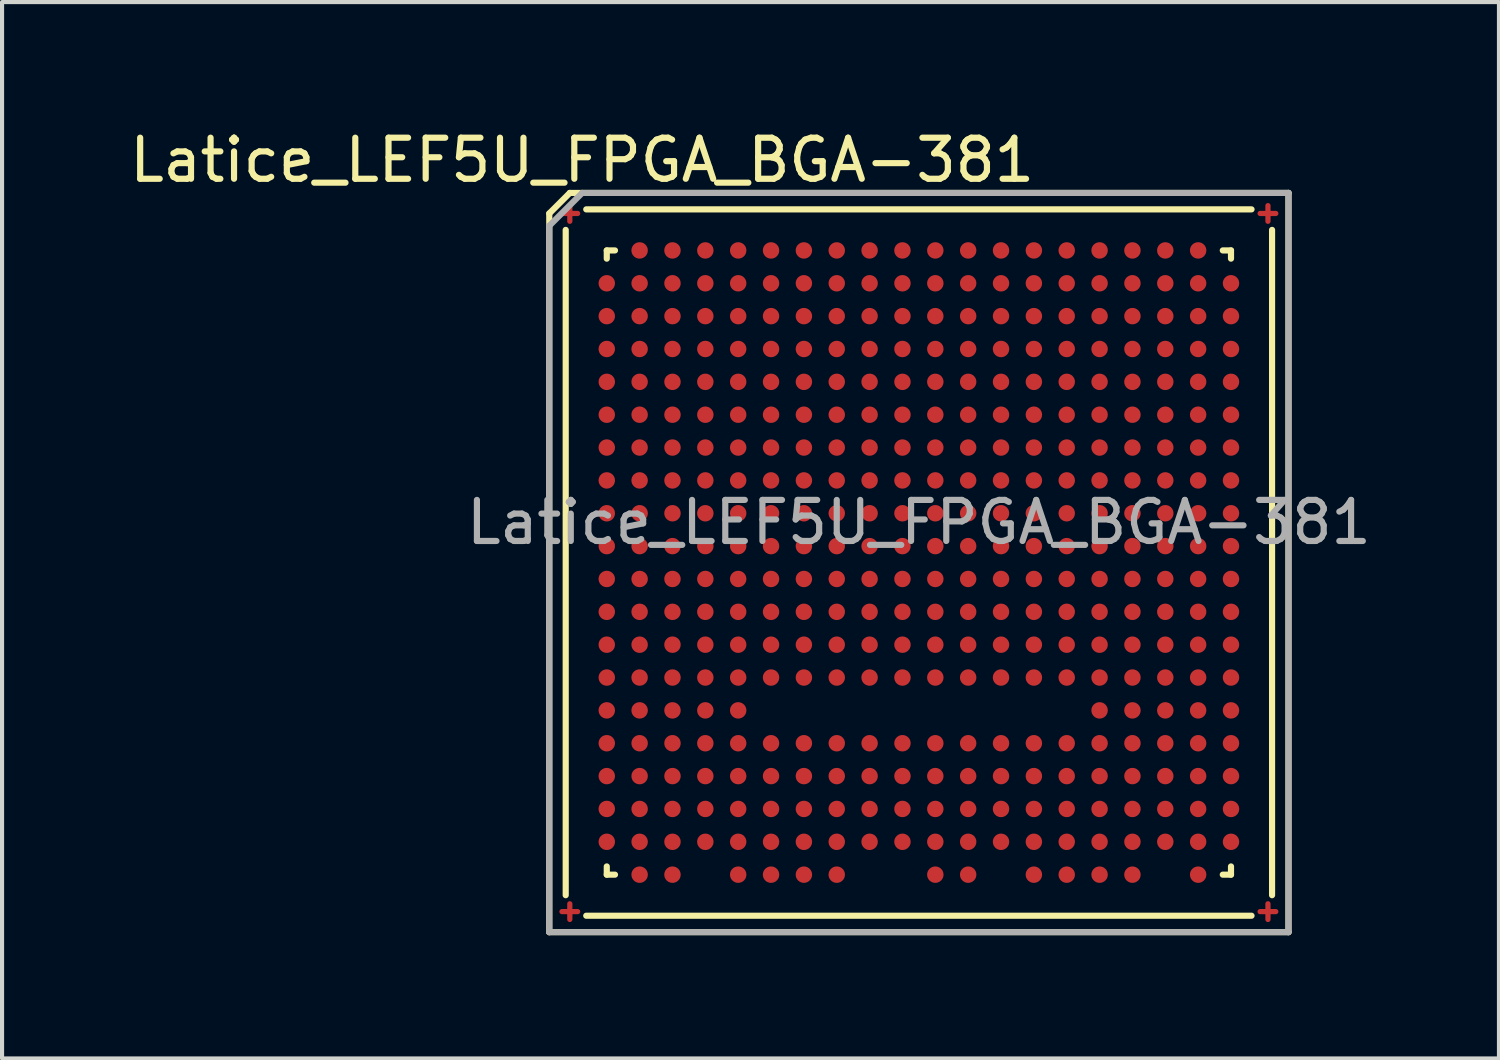
<source format=kicad_pcb>
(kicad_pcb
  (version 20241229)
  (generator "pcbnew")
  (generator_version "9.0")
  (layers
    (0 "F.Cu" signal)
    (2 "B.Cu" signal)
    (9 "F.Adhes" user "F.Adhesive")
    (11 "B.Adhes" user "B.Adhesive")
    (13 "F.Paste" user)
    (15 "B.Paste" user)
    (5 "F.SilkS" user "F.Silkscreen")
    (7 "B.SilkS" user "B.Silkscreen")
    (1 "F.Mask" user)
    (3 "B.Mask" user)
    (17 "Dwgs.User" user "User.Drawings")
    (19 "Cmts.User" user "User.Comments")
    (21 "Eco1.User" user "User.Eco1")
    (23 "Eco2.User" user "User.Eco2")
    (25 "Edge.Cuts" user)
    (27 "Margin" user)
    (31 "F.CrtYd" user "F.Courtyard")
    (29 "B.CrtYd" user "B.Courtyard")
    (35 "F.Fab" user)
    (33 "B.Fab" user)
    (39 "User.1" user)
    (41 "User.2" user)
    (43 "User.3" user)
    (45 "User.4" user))
  (footprint "Latice_LEF5U_FPGA_BGA-381"
    (layer "F.Cu")
    (at 19.325 10.648)
    (property "Reference" "Latice_LEF5U_FPGA_BGA-381" (at -8.2 -9.8 0) (layer "F.SilkS") (effects (font (size 1 1) (thickness 0.15))))
    (attr smd)
    (fp_line (start -0.2 0) (end 0.2 0) (stroke (width 0.12) (type solid)) (layer "F.Mask"))
    (fp_line (start 0 -0.2) (end 0 0.2) (stroke (width 0.12) (type solid)) (layer "F.Mask"))
    (fp_line (start -9 9) (end -9 -8.5) (stroke (width 0.15) (type solid)) (layer "F.SilkS"))
    (fp_line (start -8.6 8.1) (end -8.6 -8.1) (stroke (width 0.15) (type solid)) (layer "F.SilkS"))
    (fp_line (start -8.5 -9) (end -9 -8.5) (stroke (width 0.15) (type solid)) (layer "F.SilkS"))
    (fp_line (start -8.5 -9) (end 9 -9) (stroke (width 0.15) (type solid)) (layer "F.SilkS"))
    (fp_line (start -8.1 -8.6) (end 8.1 -8.6) (stroke (width 0.15) (type solid)) (layer "F.SilkS"))
    (fp_line (start -7.6 -7.6) (end -7.4 -7.6) (stroke (width 0.15) (type solid)) (layer "F.SilkS"))
    (fp_line (start -7.6 -7.4) (end -7.6 -7.6) (stroke (width 0.15) (type solid)) (layer "F.SilkS"))
    (fp_line (start -7.6 7.4) (end -7.6 7.6) (stroke (width 0.15) (type solid)) (layer "F.SilkS"))
    (fp_line (start -7.6 7.6) (end -7.4 7.6) (stroke (width 0.15) (type solid)) (layer "F.SilkS"))
    (fp_line (start 7.4 -7.6) (end 7.6 -7.6) (stroke (width 0.15) (type solid)) (layer "F.SilkS"))
    (fp_line (start 7.4 7.6) (end 7.6 7.6) (stroke (width 0.15) (type solid)) (layer "F.SilkS"))
    (fp_line (start 7.6 -7.6) (end 7.6 -7.4) (stroke (width 0.15) (type solid)) (layer "F.SilkS"))
    (fp_line (start 7.6 7.6) (end 7.6 7.4) (stroke (width 0.15) (type solid)) (layer "F.SilkS"))
    (fp_line (start 8.1 8.6) (end -8.1 8.6) (stroke (width 0.15) (type solid)) (layer "F.SilkS"))
    (fp_line (start 8.6 -8.1) (end 8.6 8.1) (stroke (width 0.15) (type solid)) (layer "F.SilkS"))
    (fp_line (start 9 -9) (end 9 9) (stroke (width 0.15) (type solid)) (layer "F.SilkS"))
    (fp_line (start 9 9) (end -9 9) (stroke (width 0.15) (type solid)) (layer "F.SilkS"))
    (fp_line (start -9 -8.2) (end -8.2 -9) (stroke (width 0.15) (type solid)) (layer "F.Fab"))
    (fp_line (start -9 9) (end -9 -8.2) (stroke (width 0.15) (type solid)) (layer "F.Fab"))
    (fp_line (start -8.2 -9) (end 9 -9) (stroke (width 0.15) (type solid)) (layer "F.Fab"))
    (fp_line (start 9 -9) (end 9 9) (stroke (width 0.15) (type solid)) (layer "F.Fab"))
    (fp_line (start 9 9) (end -9 9) (stroke (width 0.15) (type solid)) (layer "F.Fab"))
    (fp_text user "${REFERENCE}" (at 0 -0.98 0) (layer "F.Fab") (effects (font (size 1 1) (thickness 0.15))))
    (pad "A2" smd circle (at -6.8 -7.6) (size 0.4 0.4) (layers "F.Cu" "F.Mask" "F.Paste"))
    (pad "A3" smd circle (at -6 -7.6) (size 0.4 0.4) (layers "F.Cu" "F.Mask" "F.Paste"))
    (pad "A4" smd circle (at -5.2 -7.6) (size 0.4 0.4) (layers "F.Cu" "F.Mask" "F.Paste"))
    (pad "A5" smd circle (at -4.4 -7.6) (size 0.4 0.4) (layers "F.Cu" "F.Mask" "F.Paste"))
    (pad "A6" smd circle (at -3.6 -7.6) (size 0.4 0.4) (layers "F.Cu" "F.Mask" "F.Paste"))
    (pad "A7" smd circle (at -2.8 -7.6) (size 0.4 0.4) (layers "F.Cu" "F.Mask" "F.Paste"))
    (pad "A8" smd circle (at -2 -7.6) (size 0.4 0.4) (layers "F.Cu" "F.Mask" "F.Paste"))
    (pad "A9" smd circle (at -1.2 -7.6) (size 0.4 0.4) (layers "F.Cu" "F.Mask" "F.Paste"))
    (pad "A10" smd circle (at -0.4 -7.6) (size 0.4 0.4) (layers "F.Cu" "F.Mask" "F.Paste"))
    (pad "A11" smd circle (at 0.4 -7.6) (size 0.4 0.4) (layers "F.Cu" "F.Mask" "F.Paste"))
    (pad "A12" smd circle (at 1.2 -7.6) (size 0.4 0.4) (layers "F.Cu" "F.Mask" "F.Paste"))
    (pad "A13" smd circle (at 2 -7.6) (size 0.4 0.4) (layers "F.Cu" "F.Mask" "F.Paste"))
    (pad "A14" smd circle (at 2.8 -7.6) (size 0.4 0.4) (layers "F.Cu" "F.Mask" "F.Paste"))
    (pad "A15" smd circle (at 3.6 -7.6) (size 0.4 0.4) (layers "F.Cu" "F.Mask" "F.Paste"))
    (pad "A16" smd circle (at 4.4 -7.6) (size 0.4 0.4) (layers "F.Cu" "F.Mask" "F.Paste"))
    (pad "A17" smd circle (at 5.2 -7.6) (size 0.4 0.4) (layers "F.Cu" "F.Mask" "F.Paste"))
    (pad "A18" smd circle (at 6 -7.6) (size 0.4 0.4) (layers "F.Cu" "F.Mask" "F.Paste"))
    (pad "A19" smd circle (at 6.8 -7.6) (size 0.4 0.4) (layers "F.Cu" "F.Mask" "F.Paste"))
    (pad "B1" smd circle (at -7.6 -6.8) (size 0.4 0.4) (layers "F.Cu" "F.Mask" "F.Paste"))
    (pad "B2" smd circle (at -6.8 -6.8) (size 0.4 0.4) (layers "F.Cu" "F.Mask" "F.Paste"))
    (pad "B3" smd circle (at -6 -6.8) (size 0.4 0.4) (layers "F.Cu" "F.Mask" "F.Paste"))
    (pad "B4" smd circle (at -5.2 -6.8) (size 0.4 0.4) (layers "F.Cu" "F.Mask" "F.Paste"))
    (pad "B5" smd circle (at -4.4 -6.8) (size 0.4 0.4) (layers "F.Cu" "F.Mask" "F.Paste"))
    (pad "B6" smd circle (at -3.6 -6.8) (size 0.4 0.4) (layers "F.Cu" "F.Mask" "F.Paste"))
    (pad "B7" smd circle (at -2.8 -6.8) (size 0.4 0.4) (layers "F.Cu" "F.Mask" "F.Paste"))
    (pad "B8" smd circle (at -2 -6.8) (size 0.4 0.4) (layers "F.Cu" "F.Mask" "F.Paste"))
    (pad "B9" smd circle (at -1.2 -6.8) (size 0.4 0.4) (layers "F.Cu" "F.Mask" "F.Paste"))
    (pad "B10" smd circle (at -0.4 -6.8) (size 0.4 0.4) (layers "F.Cu" "F.Mask" "F.Paste"))
    (pad "B11" smd circle (at 0.4 -6.8) (size 0.4 0.4) (layers "F.Cu" "F.Mask" "F.Paste"))
    (pad "B12" smd circle (at 1.2 -6.8) (size 0.4 0.4) (layers "F.Cu" "F.Mask" "F.Paste"))
    (pad "B13" smd circle (at 2 -6.8) (size 0.4 0.4) (layers "F.Cu" "F.Mask" "F.Paste"))
    (pad "B14" smd circle (at 2.8 -6.8) (size 0.4 0.4) (layers "F.Cu" "F.Mask" "F.Paste"))
    (pad "B15" smd circle (at 3.6 -6.8) (size 0.4 0.4) (layers "F.Cu" "F.Mask" "F.Paste"))
    (pad "B16" smd circle (at 4.4 -6.8) (size 0.4 0.4) (layers "F.Cu" "F.Mask" "F.Paste"))
    (pad "B17" smd circle (at 5.2 -6.8) (size 0.4 0.4) (layers "F.Cu" "F.Mask" "F.Paste"))
    (pad "B18" smd circle (at 6 -6.8) (size 0.4 0.4) (layers "F.Cu" "F.Mask" "F.Paste"))
    (pad "B19" smd circle (at 6.8 -6.8) (size 0.4 0.4) (layers "F.Cu" "F.Mask" "F.Paste"))
    (pad "B20" smd circle (at 7.6 -6.8) (size 0.4 0.4) (layers "F.Cu" "F.Mask" "F.Paste"))
    (pad "C1" smd circle (at -7.6 -6) (size 0.4 0.4) (layers "F.Cu" "F.Mask" "F.Paste"))
    (pad "C2" smd circle (at -6.8 -6) (size 0.4 0.4) (layers "F.Cu" "F.Mask" "F.Paste"))
    (pad "C3" smd circle (at -6 -6) (size 0.4 0.4) (layers "F.Cu" "F.Mask" "F.Paste"))
    (pad "C4" smd circle (at -5.2 -6) (size 0.4 0.4) (layers "F.Cu" "F.Mask" "F.Paste"))
    (pad "C5" smd circle (at -4.4 -6) (size 0.4 0.4) (layers "F.Cu" "F.Mask" "F.Paste"))
    (pad "C6" smd circle (at -3.6 -6) (size 0.4 0.4) (layers "F.Cu" "F.Mask" "F.Paste"))
    (pad "C7" smd circle (at -2.8 -6) (size 0.4 0.4) (layers "F.Cu" "F.Mask" "F.Paste"))
    (pad "C8" smd circle (at -2 -6) (size 0.4 0.4) (layers "F.Cu" "F.Mask" "F.Paste"))
    (pad "C9" smd circle (at -1.2 -6) (size 0.4 0.4) (layers "F.Cu" "F.Mask" "F.Paste"))
    (pad "C10" smd circle (at -0.4 -6) (size 0.4 0.4) (layers "F.Cu" "F.Mask" "F.Paste"))
    (pad "C11" smd circle (at 0.4 -6) (size 0.4 0.4) (layers "F.Cu" "F.Mask" "F.Paste"))
    (pad "C12" smd circle (at 1.2 -6) (size 0.4 0.4) (layers "F.Cu" "F.Mask" "F.Paste"))
    (pad "C13" smd circle (at 2 -6) (size 0.4 0.4) (layers "F.Cu" "F.Mask" "F.Paste"))
    (pad "C14" smd circle (at 2.8 -6) (size 0.4 0.4) (layers "F.Cu" "F.Mask" "F.Paste"))
    (pad "C15" smd circle (at 3.6 -6) (size 0.4 0.4) (layers "F.Cu" "F.Mask" "F.Paste"))
    (pad "C16" smd circle (at 4.4 -6) (size 0.4 0.4) (layers "F.Cu" "F.Mask" "F.Paste"))
    (pad "C17" smd circle (at 5.2 -6) (size 0.4 0.4) (layers "F.Cu" "F.Mask" "F.Paste"))
    (pad "C18" smd circle (at 6 -6) (size 0.4 0.4) (layers "F.Cu" "F.Mask" "F.Paste"))
    (pad "C19" smd circle (at 6.8 -6) (size 0.4 0.4) (layers "F.Cu" "F.Mask" "F.Paste"))
    (pad "C20" smd circle (at 7.6 -6) (size 0.4 0.4) (layers "F.Cu" "F.Mask" "F.Paste"))
    (pad "D1" smd circle (at -7.6 -5.2) (size 0.4 0.4) (layers "F.Cu" "F.Mask" "F.Paste"))
    (pad "D2" smd circle (at -6.8 -5.2) (size 0.4 0.4) (layers "F.Cu" "F.Mask" "F.Paste"))
    (pad "D3" smd circle (at -6 -5.2) (size 0.4 0.4) (layers "F.Cu" "F.Mask" "F.Paste"))
    (pad "D4" smd circle (at -5.2 -5.2) (size 0.4 0.4) (layers "F.Cu" "F.Mask" "F.Paste"))
    (pad "D5" smd circle (at -4.4 -5.2) (size 0.4 0.4) (layers "F.Cu" "F.Mask" "F.Paste"))
    (pad "D6" smd circle (at -3.6 -5.2) (size 0.4 0.4) (layers "F.Cu" "F.Mask" "F.Paste"))
    (pad "D7" smd circle (at -2.8 -5.2) (size 0.4 0.4) (layers "F.Cu" "F.Mask" "F.Paste"))
    (pad "D8" smd circle (at -2 -5.2) (size 0.4 0.4) (layers "F.Cu" "F.Mask" "F.Paste"))
    (pad "D9" smd circle (at -1.2 -5.2) (size 0.4 0.4) (layers "F.Cu" "F.Mask" "F.Paste"))
    (pad "D10" smd circle (at -0.4 -5.2) (size 0.4 0.4) (layers "F.Cu" "F.Mask" "F.Paste"))
    (pad "D11" smd circle (at 0.4 -5.2) (size 0.4 0.4) (layers "F.Cu" "F.Mask" "F.Paste"))
    (pad "D12" smd circle (at 1.2 -5.2) (size 0.4 0.4) (layers "F.Cu" "F.Mask" "F.Paste"))
    (pad "D13" smd circle (at 2 -5.2) (size 0.4 0.4) (layers "F.Cu" "F.Mask" "F.Paste"))
    (pad "D14" smd circle (at 2.8 -5.2) (size 0.4 0.4) (layers "F.Cu" "F.Mask" "F.Paste"))
    (pad "D15" smd circle (at 3.6 -5.2) (size 0.4 0.4) (layers "F.Cu" "F.Mask" "F.Paste"))
    (pad "D16" smd circle (at 4.4 -5.2) (size 0.4 0.4) (layers "F.Cu" "F.Mask" "F.Paste"))
    (pad "D17" smd circle (at 5.2 -5.2) (size 0.4 0.4) (layers "F.Cu" "F.Mask" "F.Paste"))
    (pad "D18" smd circle (at 6 -5.2) (size 0.4 0.4) (layers "F.Cu" "F.Mask" "F.Paste"))
    (pad "D19" smd circle (at 6.8 -5.2) (size 0.4 0.4) (layers "F.Cu" "F.Mask" "F.Paste"))
    (pad "D20" smd circle (at 7.6 -5.2) (size 0.4 0.4) (layers "F.Cu" "F.Mask" "F.Paste"))
    (pad "E1" smd circle (at -7.6 -4.4) (size 0.4 0.4) (layers "F.Cu" "F.Mask" "F.Paste"))
    (pad "E2" smd circle (at -6.8 -4.4) (size 0.4 0.4) (layers "F.Cu" "F.Mask" "F.Paste"))
    (pad "E3" smd circle (at -6 -4.4) (size 0.4 0.4) (layers "F.Cu" "F.Mask" "F.Paste"))
    (pad "E4" smd circle (at -5.2 -4.4) (size 0.4 0.4) (layers "F.Cu" "F.Mask" "F.Paste"))
    (pad "E5" smd circle (at -4.4 -4.4) (size 0.4 0.4) (layers "F.Cu" "F.Mask" "F.Paste"))
    (pad "E6" smd circle (at -3.6 -4.4) (size 0.4 0.4) (layers "F.Cu" "F.Mask" "F.Paste"))
    (pad "E7" smd circle (at -2.8 -4.4) (size 0.4 0.4) (layers "F.Cu" "F.Mask" "F.Paste"))
    (pad "E8" smd circle (at -2 -4.4) (size 0.4 0.4) (layers "F.Cu" "F.Mask" "F.Paste"))
    (pad "E9" smd circle (at -1.2 -4.4) (size 0.4 0.4) (layers "F.Cu" "F.Mask" "F.Paste"))
    (pad "E10" smd circle (at -0.4 -4.4) (size 0.4 0.4) (layers "F.Cu" "F.Mask" "F.Paste"))
    (pad "E11" smd circle (at 0.4 -4.4) (size 0.4 0.4) (layers "F.Cu" "F.Mask" "F.Paste"))
    (pad "E12" smd circle (at 1.2 -4.4) (size 0.4 0.4) (layers "F.Cu" "F.Mask" "F.Paste"))
    (pad "E13" smd circle (at 2 -4.4) (size 0.4 0.4) (layers "F.Cu" "F.Mask" "F.Paste"))
    (pad "E14" smd circle (at 2.8 -4.4) (size 0.4 0.4) (layers "F.Cu" "F.Mask" "F.Paste"))
    (pad "E15" smd circle (at 3.6 -4.4) (size 0.4 0.4) (layers "F.Cu" "F.Mask" "F.Paste"))
    (pad "E16" smd circle (at 4.4 -4.4) (size 0.4 0.4) (layers "F.Cu" "F.Mask" "F.Paste"))
    (pad "E17" smd circle (at 5.2 -4.4) (size 0.4 0.4) (layers "F.Cu" "F.Mask" "F.Paste"))
    (pad "E18" smd circle (at 6 -4.4) (size 0.4 0.4) (layers "F.Cu" "F.Mask" "F.Paste"))
    (pad "E19" smd circle (at 6.8 -4.4) (size 0.4 0.4) (layers "F.Cu" "F.Mask" "F.Paste"))
    (pad "E20" smd circle (at 7.6 -4.4) (size 0.4 0.4) (layers "F.Cu" "F.Mask" "F.Paste"))
    (pad "F1" smd circle (at -7.6 -3.6) (size 0.4 0.4) (layers "F.Cu" "F.Mask" "F.Paste"))
    (pad "F2" smd circle (at -6.8 -3.6) (size 0.4 0.4) (layers "F.Cu" "F.Mask" "F.Paste"))
    (pad "F3" smd circle (at -6 -3.6) (size 0.4 0.4) (layers "F.Cu" "F.Mask" "F.Paste"))
    (pad "F4" smd circle (at -5.2 -3.6) (size 0.4 0.4) (layers "F.Cu" "F.Mask" "F.Paste"))
    (pad "F5" smd circle (at -4.4 -3.6) (size 0.4 0.4) (layers "F.Cu" "F.Mask" "F.Paste"))
    (pad "F6" smd circle (at -3.6 -3.6) (size 0.4 0.4) (layers "F.Cu" "F.Mask" "F.Paste"))
    (pad "F7" smd circle (at -2.8 -3.6) (size 0.4 0.4) (layers "F.Cu" "F.Mask" "F.Paste"))
    (pad "F8" smd circle (at -2 -3.6) (size 0.4 0.4) (layers "F.Cu" "F.Mask" "F.Paste"))
    (pad "F9" smd circle (at -1.2 -3.6) (size 0.4 0.4) (layers "F.Cu" "F.Mask" "F.Paste"))
    (pad "F10" smd circle (at -0.4 -3.6) (size 0.4 0.4) (layers "F.Cu" "F.Mask" "F.Paste"))
    (pad "F11" smd circle (at 0.4 -3.6) (size 0.4 0.4) (layers "F.Cu" "F.Mask" "F.Paste"))
    (pad "F12" smd circle (at 1.2 -3.6) (size 0.4 0.4) (layers "F.Cu" "F.Mask" "F.Paste"))
    (pad "F13" smd circle (at 2 -3.6) (size 0.4 0.4) (layers "F.Cu" "F.Mask" "F.Paste"))
    (pad "F14" smd circle (at 2.8 -3.6) (size 0.4 0.4) (layers "F.Cu" "F.Mask" "F.Paste"))
    (pad "F15" smd circle (at 3.6 -3.6) (size 0.4 0.4) (layers "F.Cu" "F.Mask" "F.Paste"))
    (pad "F16" smd circle (at 4.4 -3.6) (size 0.4 0.4) (layers "F.Cu" "F.Mask" "F.Paste"))
    (pad "F17" smd circle (at 5.2 -3.6) (size 0.4 0.4) (layers "F.Cu" "F.Mask" "F.Paste"))
    (pad "F18" smd circle (at 6 -3.6) (size 0.4 0.4) (layers "F.Cu" "F.Mask" "F.Paste"))
    (pad "F19" smd circle (at 6.8 -3.6) (size 0.4 0.4) (layers "F.Cu" "F.Mask" "F.Paste"))
    (pad "F20" smd circle (at 7.6 -3.6) (size 0.4 0.4) (layers "F.Cu" "F.Mask" "F.Paste"))
    (pad "G1" smd circle (at -7.6 -2.8) (size 0.4 0.4) (layers "F.Cu" "F.Mask" "F.Paste"))
    (pad "G2" smd circle (at -6.8 -2.8) (size 0.4 0.4) (layers "F.Cu" "F.Mask" "F.Paste"))
    (pad "G3" smd circle (at -6 -2.8) (size 0.4 0.4) (layers "F.Cu" "F.Mask" "F.Paste"))
    (pad "G4" smd circle (at -5.2 -2.8) (size 0.4 0.4) (layers "F.Cu" "F.Mask" "F.Paste"))
    (pad "G5" smd circle (at -4.4 -2.8) (size 0.4 0.4) (layers "F.Cu" "F.Mask" "F.Paste"))
    (pad "G6" smd circle (at -3.6 -2.8) (size 0.4 0.4) (layers "F.Cu" "F.Mask" "F.Paste"))
    (pad "G7" smd circle (at -2.8 -2.8) (size 0.4 0.4) (layers "F.Cu" "F.Mask" "F.Paste"))
    (pad "G8" smd circle (at -2 -2.8) (size 0.4 0.4) (layers "F.Cu" "F.Mask" "F.Paste"))
    (pad "G9" smd circle (at -1.2 -2.8) (size 0.4 0.4) (layers "F.Cu" "F.Mask" "F.Paste"))
    (pad "G10" smd circle (at -0.4 -2.8) (size 0.4 0.4) (layers "F.Cu" "F.Mask" "F.Paste"))
    (pad "G11" smd circle (at 0.4 -2.8) (size 0.4 0.4) (layers "F.Cu" "F.Mask" "F.Paste"))
    (pad "G12" smd circle (at 1.2 -2.8) (size 0.4 0.4) (layers "F.Cu" "F.Mask" "F.Paste"))
    (pad "G13" smd circle (at 2 -2.8) (size 0.4 0.4) (layers "F.Cu" "F.Mask" "F.Paste"))
    (pad "G14" smd circle (at 2.8 -2.8) (size 0.4 0.4) (layers "F.Cu" "F.Mask" "F.Paste"))
    (pad "G15" smd circle (at 3.6 -2.8) (size 0.4 0.4) (layers "F.Cu" "F.Mask" "F.Paste"))
    (pad "G16" smd circle (at 4.4 -2.8) (size 0.4 0.4) (layers "F.Cu" "F.Mask" "F.Paste"))
    (pad "G17" smd circle (at 5.2 -2.8) (size 0.4 0.4) (layers "F.Cu" "F.Mask" "F.Paste"))
    (pad "G18" smd circle (at 6 -2.8) (size 0.4 0.4) (layers "F.Cu" "F.Mask" "F.Paste"))
    (pad "G19" smd circle (at 6.8 -2.8) (size 0.4 0.4) (layers "F.Cu" "F.Mask" "F.Paste"))
    (pad "G20" smd circle (at 7.6 -2.8) (size 0.4 0.4) (layers "F.Cu" "F.Mask" "F.Paste"))
    (pad "H1" smd circle (at -7.6 -2) (size 0.4 0.4) (layers "F.Cu" "F.Mask" "F.Paste"))
    (pad "H2" smd circle (at -6.8 -2) (size 0.4 0.4) (layers "F.Cu" "F.Mask" "F.Paste"))
    (pad "H3" smd circle (at -6 -2) (size 0.4 0.4) (layers "F.Cu" "F.Mask" "F.Paste"))
    (pad "H4" smd circle (at -5.2 -2) (size 0.4 0.4) (layers "F.Cu" "F.Mask" "F.Paste"))
    (pad "H5" smd circle (at -4.4 -2) (size 0.4 0.4) (layers "F.Cu" "F.Mask" "F.Paste"))
    (pad "H6" smd circle (at -3.6 -2) (size 0.4 0.4) (layers "F.Cu" "F.Mask" "F.Paste"))
    (pad "H7" smd circle (at -2.8 -2) (size 0.4 0.4) (layers "F.Cu" "F.Mask" "F.Paste"))
    (pad "H8" smd circle (at -2 -2) (size 0.4 0.4) (layers "F.Cu" "F.Mask" "F.Paste"))
    (pad "H9" smd circle (at -1.2 -2) (size 0.4 0.4) (layers "F.Cu" "F.Mask" "F.Paste"))
    (pad "H10" smd circle (at -0.4 -2) (size 0.4 0.4) (layers "F.Cu" "F.Mask" "F.Paste"))
    (pad "H11" smd circle (at 0.4 -2) (size 0.4 0.4) (layers "F.Cu" "F.Mask" "F.Paste"))
    (pad "H12" smd circle (at 1.2 -2) (size 0.4 0.4) (layers "F.Cu" "F.Mask" "F.Paste"))
    (pad "H13" smd circle (at 2 -2) (size 0.4 0.4) (layers "F.Cu" "F.Mask" "F.Paste"))
    (pad "H14" smd circle (at 2.8 -2) (size 0.4 0.4) (layers "F.Cu" "F.Mask" "F.Paste"))
    (pad "H15" smd circle (at 3.6 -2) (size 0.4 0.4) (layers "F.Cu" "F.Mask" "F.Paste"))
    (pad "H16" smd circle (at 4.4 -2) (size 0.4 0.4) (layers "F.Cu" "F.Mask" "F.Paste"))
    (pad "H17" smd circle (at 5.2 -2) (size 0.4 0.4) (layers "F.Cu" "F.Mask" "F.Paste"))
    (pad "H18" smd circle (at 6 -2) (size 0.4 0.4) (layers "F.Cu" "F.Mask" "F.Paste"))
    (pad "H19" smd circle (at 6.8 -2) (size 0.4 0.4) (layers "F.Cu" "F.Mask" "F.Paste"))
    (pad "H20" smd circle (at 7.6 -2) (size 0.4 0.4) (layers "F.Cu" "F.Mask" "F.Paste"))
    (pad "J1" smd circle (at -7.6 -1.2) (size 0.4 0.4) (layers "F.Cu" "F.Mask" "F.Paste"))
    (pad "J2" smd circle (at -6.8 -1.2) (size 0.4 0.4) (layers "F.Cu" "F.Mask" "F.Paste"))
    (pad "J3" smd circle (at -6 -1.2) (size 0.4 0.4) (layers "F.Cu" "F.Mask" "F.Paste"))
    (pad "J4" smd circle (at -5.2 -1.2) (size 0.4 0.4) (layers "F.Cu" "F.Mask" "F.Paste"))
    (pad "J5" smd circle (at -4.4 -1.2) (size 0.4 0.4) (layers "F.Cu" "F.Mask" "F.Paste"))
    (pad "J6" smd circle (at -3.6 -1.2) (size 0.4 0.4) (layers "F.Cu" "F.Mask" "F.Paste"))
    (pad "J7" smd circle (at -2.8 -1.2) (size 0.4 0.4) (layers "F.Cu" "F.Mask" "F.Paste"))
    (pad "J8" smd circle (at -2 -1.2) (size 0.4 0.4) (layers "F.Cu" "F.Mask" "F.Paste"))
    (pad "J9" smd circle (at -1.2 -1.2) (size 0.4 0.4) (layers "F.Cu" "F.Mask" "F.Paste"))
    (pad "J10" smd circle (at -0.4 -1.2) (size 0.4 0.4) (layers "F.Cu" "F.Mask" "F.Paste"))
    (pad "J11" smd circle (at 0.4 -1.2) (size 0.4 0.4) (layers "F.Cu" "F.Mask" "F.Paste"))
    (pad "J12" smd circle (at 1.2 -1.2) (size 0.4 0.4) (layers "F.Cu" "F.Mask" "F.Paste"))
    (pad "J13" smd circle (at 2 -1.2) (size 0.4 0.4) (layers "F.Cu" "F.Mask" "F.Paste"))
    (pad "J14" smd circle (at 2.8 -1.2) (size 0.4 0.4) (layers "F.Cu" "F.Mask" "F.Paste"))
    (pad "J15" smd circle (at 3.6 -1.2) (size 0.4 0.4) (layers "F.Cu" "F.Mask" "F.Paste"))
    (pad "J16" smd circle (at 4.4 -1.2) (size 0.4 0.4) (layers "F.Cu" "F.Mask" "F.Paste"))
    (pad "J17" smd circle (at 5.2 -1.2) (size 0.4 0.4) (layers "F.Cu" "F.Mask" "F.Paste"))
    (pad "J18" smd circle (at 6 -1.2) (size 0.4 0.4) (layers "F.Cu" "F.Mask" "F.Paste"))
    (pad "J19" smd circle (at 6.8 -1.2) (size 0.4 0.4) (layers "F.Cu" "F.Mask" "F.Paste"))
    (pad "J20" smd circle (at 7.6 -1.2) (size 0.4 0.4) (layers "F.Cu" "F.Mask" "F.Paste"))
    (pad "K1" smd circle (at -7.6 -0.4) (size 0.4 0.4) (layers "F.Cu" "F.Mask" "F.Paste"))
    (pad "K2" smd circle (at -6.8 -0.4) (size 0.4 0.4) (layers "F.Cu" "F.Mask" "F.Paste"))
    (pad "K3" smd circle (at -6 -0.4) (size 0.4 0.4) (layers "F.Cu" "F.Mask" "F.Paste"))
    (pad "K4" smd circle (at -5.2 -0.4) (size 0.4 0.4) (layers "F.Cu" "F.Mask" "F.Paste"))
    (pad "K5" smd circle (at -4.4 -0.4) (size 0.4 0.4) (layers "F.Cu" "F.Mask" "F.Paste"))
    (pad "K6" smd circle (at -3.6 -0.4) (size 0.4 0.4) (layers "F.Cu" "F.Mask" "F.Paste"))
    (pad "K7" smd circle (at -2.8 -0.4) (size 0.4 0.4) (layers "F.Cu" "F.Mask" "F.Paste"))
    (pad "K8" smd circle (at -2 -0.4) (size 0.4 0.4) (layers "F.Cu" "F.Mask" "F.Paste"))
    (pad "K9" smd circle (at -1.2 -0.4) (size 0.4 0.4) (layers "F.Cu" "F.Mask" "F.Paste"))
    (pad "K10" smd circle (at -0.4 -0.4) (size 0.4 0.4) (layers "F.Cu" "F.Mask" "F.Paste"))
    (pad "K11" smd circle (at 0.4 -0.4) (size 0.4 0.4) (layers "F.Cu" "F.Mask" "F.Paste"))
    (pad "K12" smd circle (at 1.2 -0.4) (size 0.4 0.4) (layers "F.Cu" "F.Mask" "F.Paste"))
    (pad "K13" smd circle (at 2 -0.4) (size 0.4 0.4) (layers "F.Cu" "F.Mask" "F.Paste"))
    (pad "K14" smd circle (at 2.8 -0.4) (size 0.4 0.4) (layers "F.Cu" "F.Mask" "F.Paste"))
    (pad "K15" smd circle (at 3.6 -0.4) (size 0.4 0.4) (layers "F.Cu" "F.Mask" "F.Paste"))
    (pad "K16" smd circle (at 4.4 -0.4) (size 0.4 0.4) (layers "F.Cu" "F.Mask" "F.Paste"))
    (pad "K17" smd circle (at 5.2 -0.4) (size 0.4 0.4) (layers "F.Cu" "F.Mask" "F.Paste"))
    (pad "K18" smd circle (at 6 -0.4) (size 0.4 0.4) (layers "F.Cu" "F.Mask" "F.Paste"))
    (pad "K19" smd circle (at 6.8 -0.4) (size 0.4 0.4) (layers "F.Cu" "F.Mask" "F.Paste"))
    (pad "K20" smd circle (at 7.6 -0.4) (size 0.4 0.4) (layers "F.Cu" "F.Mask" "F.Paste"))
    (pad "L1" smd circle (at -7.6 0.4) (size 0.4 0.4) (layers "F.Cu" "F.Mask" "F.Paste"))
    (pad "L2" smd circle (at -6.8 0.4) (size 0.4 0.4) (layers "F.Cu" "F.Mask" "F.Paste"))
    (pad "L3" smd circle (at -6 0.4) (size 0.4 0.4) (layers "F.Cu" "F.Mask" "F.Paste"))
    (pad "L4" smd circle (at -5.2 0.4) (size 0.4 0.4) (layers "F.Cu" "F.Mask" "F.Paste"))
    (pad "L5" smd circle (at -4.4 0.4) (size 0.4 0.4) (layers "F.Cu" "F.Mask" "F.Paste"))
    (pad "L6" smd circle (at -3.6 0.4) (size 0.4 0.4) (layers "F.Cu" "F.Mask" "F.Paste"))
    (pad "L7" smd circle (at -2.8 0.4) (size 0.4 0.4) (layers "F.Cu" "F.Mask" "F.Paste"))
    (pad "L8" smd circle (at -2 0.4) (size 0.4 0.4) (layers "F.Cu" "F.Mask" "F.Paste"))
    (pad "L9" smd circle (at -1.2 0.4) (size 0.4 0.4) (layers "F.Cu" "F.Mask" "F.Paste"))
    (pad "L10" smd circle (at -0.4 0.4) (size 0.4 0.4) (layers "F.Cu" "F.Mask" "F.Paste"))
    (pad "L11" smd circle (at 0.4 0.4) (size 0.4 0.4) (layers "F.Cu" "F.Mask" "F.Paste"))
    (pad "L12" smd circle (at 1.2 0.4) (size 0.4 0.4) (layers "F.Cu" "F.Mask" "F.Paste"))
    (pad "L13" smd circle (at 2 0.4) (size 0.4 0.4) (layers "F.Cu" "F.Mask" "F.Paste"))
    (pad "L14" smd circle (at 2.8 0.4) (size 0.4 0.4) (layers "F.Cu" "F.Mask" "F.Paste"))
    (pad "L15" smd circle (at 3.6 0.4) (size 0.4 0.4) (layers "F.Cu" "F.Mask" "F.Paste"))
    (pad "L16" smd circle (at 4.4 0.4) (size 0.4 0.4) (layers "F.Cu" "F.Mask" "F.Paste"))
    (pad "L17" smd circle (at 5.2 0.4) (size 0.4 0.4) (layers "F.Cu" "F.Mask" "F.Paste"))
    (pad "L18" smd circle (at 6 0.4) (size 0.4 0.4) (layers "F.Cu" "F.Mask" "F.Paste"))
    (pad "L19" smd circle (at 6.8 0.4) (size 0.4 0.4) (layers "F.Cu" "F.Mask" "F.Paste"))
    (pad "L20" smd circle (at 7.6 0.4) (size 0.4 0.4) (layers "F.Cu" "F.Mask" "F.Paste"))
    (pad "M1" smd circle (at -7.6 1.2) (size 0.4 0.4) (layers "F.Cu" "F.Mask" "F.Paste"))
    (pad "M2" smd circle (at -6.8 1.2) (size 0.4 0.4) (layers "F.Cu" "F.Mask" "F.Paste"))
    (pad "M3" smd circle (at -6 1.2) (size 0.4 0.4) (layers "F.Cu" "F.Mask" "F.Paste"))
    (pad "M4" smd circle (at -5.2 1.2) (size 0.4 0.4) (layers "F.Cu" "F.Mask" "F.Paste"))
    (pad "M5" smd circle (at -4.4 1.2) (size 0.4 0.4) (layers "F.Cu" "F.Mask" "F.Paste"))
    (pad "M6" smd circle (at -3.6 1.2) (size 0.4 0.4) (layers "F.Cu" "F.Mask" "F.Paste"))
    (pad "M7" smd circle (at -2.8 1.2) (size 0.4 0.4) (layers "F.Cu" "F.Mask" "F.Paste"))
    (pad "M8" smd circle (at -2 1.2) (size 0.4 0.4) (layers "F.Cu" "F.Mask" "F.Paste"))
    (pad "M9" smd circle (at -1.2 1.2) (size 0.4 0.4) (layers "F.Cu" "F.Mask" "F.Paste"))
    (pad "M10" smd circle (at -0.4 1.2) (size 0.4 0.4) (layers "F.Cu" "F.Mask" "F.Paste"))
    (pad "M11" smd circle (at 0.4 1.2) (size 0.4 0.4) (layers "F.Cu" "F.Mask" "F.Paste"))
    (pad "M12" smd circle (at 1.2 1.2) (size 0.4 0.4) (layers "F.Cu" "F.Mask" "F.Paste"))
    (pad "M13" smd circle (at 2 1.2) (size 0.4 0.4) (layers "F.Cu" "F.Mask" "F.Paste"))
    (pad "M14" smd circle (at 2.8 1.2) (size 0.4 0.4) (layers "F.Cu" "F.Mask" "F.Paste"))
    (pad "M15" smd circle (at 3.6 1.2) (size 0.4 0.4) (layers "F.Cu" "F.Mask" "F.Paste"))
    (pad "M16" smd circle (at 4.4 1.2) (size 0.4 0.4) (layers "F.Cu" "F.Mask" "F.Paste"))
    (pad "M17" smd circle (at 5.2 1.2) (size 0.4 0.4) (layers "F.Cu" "F.Mask" "F.Paste"))
    (pad "M18" smd circle (at 6 1.2) (size 0.4 0.4) (layers "F.Cu" "F.Mask" "F.Paste"))
    (pad "M19" smd circle (at 6.8 1.2) (size 0.4 0.4) (layers "F.Cu" "F.Mask" "F.Paste"))
    (pad "M20" smd circle (at 7.6 1.2) (size 0.4 0.4) (layers "F.Cu" "F.Mask" "F.Paste"))
    (pad "N1" smd circle (at -7.6 2) (size 0.4 0.4) (layers "F.Cu" "F.Mask" "F.Paste"))
    (pad "N2" smd circle (at -6.8 2) (size 0.4 0.4) (layers "F.Cu" "F.Mask" "F.Paste"))
    (pad "N3" smd circle (at -6 2) (size 0.4 0.4) (layers "F.Cu" "F.Mask" "F.Paste"))
    (pad "N4" smd circle (at -5.2 2) (size 0.4 0.4) (layers "F.Cu" "F.Mask" "F.Paste"))
    (pad "N5" smd circle (at -4.4 2) (size 0.4 0.4) (layers "F.Cu" "F.Mask" "F.Paste"))
    (pad "N6" smd circle (at -3.6 2) (size 0.4 0.4) (layers "F.Cu" "F.Mask" "F.Paste"))
    (pad "N7" smd circle (at -2.8 2) (size 0.4 0.4) (layers "F.Cu" "F.Mask" "F.Paste"))
    (pad "N8" smd circle (at -2 2) (size 0.4 0.4) (layers "F.Cu" "F.Mask" "F.Paste"))
    (pad "N9" smd circle (at -1.2 2) (size 0.4 0.4) (layers "F.Cu" "F.Mask" "F.Paste"))
    (pad "N10" smd circle (at -0.4 2) (size 0.4 0.4) (layers "F.Cu" "F.Mask" "F.Paste"))
    (pad "N11" smd circle (at 0.4 2) (size 0.4 0.4) (layers "F.Cu" "F.Mask" "F.Paste"))
    (pad "N12" smd circle (at 1.2 2) (size 0.4 0.4) (layers "F.Cu" "F.Mask" "F.Paste"))
    (pad "N13" smd circle (at 2 2) (size 0.4 0.4) (layers "F.Cu" "F.Mask" "F.Paste"))
    (pad "N14" smd circle (at 2.8 2) (size 0.4 0.4) (layers "F.Cu" "F.Mask" "F.Paste"))
    (pad "N15" smd circle (at 3.6 2) (size 0.4 0.4) (layers "F.Cu" "F.Mask" "F.Paste"))
    (pad "N16" smd circle (at 4.4 2) (size 0.4 0.4) (layers "F.Cu" "F.Mask" "F.Paste"))
    (pad "N17" smd circle (at 5.2 2) (size 0.4 0.4) (layers "F.Cu" "F.Mask" "F.Paste"))
    (pad "N18" smd circle (at 6 2) (size 0.4 0.4) (layers "F.Cu" "F.Mask" "F.Paste"))
    (pad "N19" smd circle (at 6.8 2) (size 0.4 0.4) (layers "F.Cu" "F.Mask" "F.Paste"))
    (pad "N20" smd circle (at 7.6 2) (size 0.4 0.4) (layers "F.Cu" "F.Mask" "F.Paste"))
    (pad "P1" smd circle (at -7.6 2.8) (size 0.4 0.4) (layers "F.Cu" "F.Mask" "F.Paste"))
    (pad "P2" smd circle (at -6.8 2.8) (size 0.4 0.4) (layers "F.Cu" "F.Mask" "F.Paste"))
    (pad "P3" smd circle (at -6 2.8) (size 0.4 0.4) (layers "F.Cu" "F.Mask" "F.Paste"))
    (pad "P4" smd circle (at -5.2 2.8) (size 0.4 0.4) (layers "F.Cu" "F.Mask" "F.Paste"))
    (pad "P5" smd circle (at -4.4 2.8) (size 0.4 0.4) (layers "F.Cu" "F.Mask" "F.Paste"))
    (pad "P6" smd circle (at -3.6 2.8) (size 0.4 0.4) (layers "F.Cu" "F.Mask" "F.Paste"))
    (pad "P7" smd circle (at -2.8 2.8) (size 0.4 0.4) (layers "F.Cu" "F.Mask" "F.Paste"))
    (pad "P8" smd circle (at -2 2.8) (size 0.4 0.4) (layers "F.Cu" "F.Mask" "F.Paste"))
    (pad "P9" smd circle (at -1.2 2.8) (size 0.4 0.4) (layers "F.Cu" "F.Mask" "F.Paste"))
    (pad "P10" smd circle (at -0.4 2.8) (size 0.4 0.4) (layers "F.Cu" "F.Mask" "F.Paste"))
    (pad "P11" smd circle (at 0.4 2.8) (size 0.4 0.4) (layers "F.Cu" "F.Mask" "F.Paste"))
    (pad "P12" smd circle (at 1.2 2.8) (size 0.4 0.4) (layers "F.Cu" "F.Mask" "F.Paste"))
    (pad "P13" smd circle (at 2 2.8) (size 0.4 0.4) (layers "F.Cu" "F.Mask" "F.Paste"))
    (pad "P14" smd circle (at 2.8 2.8) (size 0.4 0.4) (layers "F.Cu" "F.Mask" "F.Paste"))
    (pad "P15" smd circle (at 3.6 2.8) (size 0.4 0.4) (layers "F.Cu" "F.Mask" "F.Paste"))
    (pad "P16" smd circle (at 4.4 2.8) (size 0.4 0.4) (layers "F.Cu" "F.Mask" "F.Paste"))
    (pad "P17" smd circle (at 5.2 2.8) (size 0.4 0.4) (layers "F.Cu" "F.Mask" "F.Paste"))
    (pad "P18" smd circle (at 6 2.8) (size 0.4 0.4) (layers "F.Cu" "F.Mask" "F.Paste"))
    (pad "P19" smd circle (at 6.8 2.8) (size 0.4 0.4) (layers "F.Cu" "F.Mask" "F.Paste"))
    (pad "P20" smd circle (at 7.6 2.8) (size 0.4 0.4) (layers "F.Cu" "F.Mask" "F.Paste"))
    (pad "R1" smd circle (at -7.6 3.6) (size 0.4 0.4) (layers "F.Cu" "F.Mask" "F.Paste"))
    (pad "R2" smd circle (at -6.8 3.6) (size 0.4 0.4) (layers "F.Cu" "F.Mask" "F.Paste"))
    (pad "R3" smd circle (at -6 3.6) (size 0.4 0.4) (layers "F.Cu" "F.Mask" "F.Paste"))
    (pad "R4" smd circle (at -5.2 3.6) (size 0.4 0.4) (layers "F.Cu" "F.Mask" "F.Paste"))
    (pad "R5" smd circle (at -4.4 3.6) (size 0.4 0.4) (layers "F.Cu" "F.Mask" "F.Paste"))
    (pad "R16" smd circle (at 4.4 3.6) (size 0.4 0.4) (layers "F.Cu" "F.Mask" "F.Paste"))
    (pad "R17" smd circle (at 5.2 3.6) (size 0.4 0.4) (layers "F.Cu" "F.Mask" "F.Paste"))
    (pad "R18" smd circle (at 6 3.6) (size 0.4 0.4) (layers "F.Cu" "F.Mask" "F.Paste"))
    (pad "R19" smd circle (at 6.8 3.6) (size 0.4 0.4) (layers "F.Cu" "F.Mask" "F.Paste"))
    (pad "R20" smd circle (at 7.6 3.6) (size 0.4 0.4) (layers "F.Cu" "F.Mask" "F.Paste"))
    (pad "T1" smd circle (at -7.6 4.4) (size 0.4 0.4) (layers "F.Cu" "F.Mask" "F.Paste"))
    (pad "T2" smd circle (at -6.8 4.4) (size 0.4 0.4) (layers "F.Cu" "F.Mask" "F.Paste"))
    (pad "T3" smd circle (at -6 4.4) (size 0.4 0.4) (layers "F.Cu" "F.Mask" "F.Paste"))
    (pad "T4" smd circle (at -5.2 4.4) (size 0.4 0.4) (layers "F.Cu" "F.Mask" "F.Paste"))
    (pad "T5" smd circle (at -4.4 4.4) (size 0.4 0.4) (layers "F.Cu" "F.Mask" "F.Paste"))
    (pad "T6" smd circle (at -3.6 4.4) (size 0.4 0.4) (layers "F.Cu" "F.Mask" "F.Paste"))
    (pad "T7" smd circle (at -2.8 4.4) (size 0.4 0.4) (layers "F.Cu" "F.Mask" "F.Paste"))
    (pad "T8" smd circle (at -2 4.4) (size 0.4 0.4) (layers "F.Cu" "F.Mask" "F.Paste"))
    (pad "T9" smd circle (at -1.2 4.4) (size 0.4 0.4) (layers "F.Cu" "F.Mask" "F.Paste"))
    (pad "T10" smd circle (at -0.4 4.4) (size 0.4 0.4) (layers "F.Cu" "F.Mask" "F.Paste"))
    (pad "T11" smd circle (at 0.4 4.4) (size 0.4 0.4) (layers "F.Cu" "F.Mask" "F.Paste"))
    (pad "T12" smd circle (at 1.2 4.4) (size 0.4 0.4) (layers "F.Cu" "F.Mask" "F.Paste"))
    (pad "T13" smd circle (at 2 4.4) (size 0.4 0.4) (layers "F.Cu" "F.Mask" "F.Paste"))
    (pad "T14" smd circle (at 2.8 4.4) (size 0.4 0.4) (layers "F.Cu" "F.Mask" "F.Paste"))
    (pad "T15" smd circle (at 3.6 4.4) (size 0.4 0.4) (layers "F.Cu" "F.Mask" "F.Paste"))
    (pad "T16" smd circle (at 4.4 4.4) (size 0.4 0.4) (layers "F.Cu" "F.Mask" "F.Paste"))
    (pad "T17" smd circle (at 5.2 4.4) (size 0.4 0.4) (layers "F.Cu" "F.Mask" "F.Paste"))
    (pad "T18" smd circle (at 6 4.4) (size 0.4 0.4) (layers "F.Cu" "F.Mask" "F.Paste"))
    (pad "T19" smd circle (at 6.8 4.4) (size 0.4 0.4) (layers "F.Cu" "F.Mask" "F.Paste"))
    (pad "T20" smd circle (at 7.6 4.4) (size 0.4 0.4) (layers "F.Cu" "F.Mask" "F.Paste"))
    (pad "U1" smd circle (at -7.6 5.2) (size 0.4 0.4) (layers "F.Cu" "F.Mask" "F.Paste"))
    (pad "U2" smd circle (at -6.8 5.2) (size 0.4 0.4) (layers "F.Cu" "F.Mask" "F.Paste"))
    (pad "U3" smd circle (at -6 5.2) (size 0.4 0.4) (layers "F.Cu" "F.Mask" "F.Paste"))
    (pad "U4" smd circle (at -5.2 5.2) (size 0.4 0.4) (layers "F.Cu" "F.Mask" "F.Paste"))
    (pad "U5" smd circle (at -4.4 5.2) (size 0.4 0.4) (layers "F.Cu" "F.Mask" "F.Paste"))
    (pad "U6" smd circle (at -3.6 5.2) (size 0.4 0.4) (layers "F.Cu" "F.Mask" "F.Paste"))
    (pad "U7" smd circle (at -2.8 5.2) (size 0.4 0.4) (layers "F.Cu" "F.Mask" "F.Paste"))
    (pad "U8" smd circle (at -2 5.2) (size 0.4 0.4) (layers "F.Cu" "F.Mask" "F.Paste"))
    (pad "U9" smd circle (at -1.2 5.2) (size 0.4 0.4) (layers "F.Cu" "F.Mask" "F.Paste"))
    (pad "U10" smd circle (at -0.4 5.2) (size 0.4 0.4) (layers "F.Cu" "F.Mask" "F.Paste"))
    (pad "U11" smd circle (at 0.4 5.2) (size 0.4 0.4) (layers "F.Cu" "F.Mask" "F.Paste"))
    (pad "U12" smd circle (at 1.2 5.2) (size 0.4 0.4) (layers "F.Cu" "F.Mask" "F.Paste"))
    (pad "U13" smd circle (at 2 5.2) (size 0.4 0.4) (layers "F.Cu" "F.Mask" "F.Paste"))
    (pad "U14" smd circle (at 2.8 5.2) (size 0.4 0.4) (layers "F.Cu" "F.Mask" "F.Paste"))
    (pad "U15" smd circle (at 3.6 5.2) (size 0.4 0.4) (layers "F.Cu" "F.Mask" "F.Paste"))
    (pad "U16" smd circle (at 4.4 5.2) (size 0.4 0.4) (layers "F.Cu" "F.Mask" "F.Paste"))
    (pad "U17" smd circle (at 5.2 5.2) (size 0.4 0.4) (layers "F.Cu" "F.Mask" "F.Paste"))
    (pad "U18" smd circle (at 6 5.2) (size 0.4 0.4) (layers "F.Cu" "F.Mask" "F.Paste"))
    (pad "U19" smd circle (at 6.8 5.2) (size 0.4 0.4) (layers "F.Cu" "F.Mask" "F.Paste"))
    (pad "U20" smd circle (at 7.6 5.2) (size 0.4 0.4) (layers "F.Cu" "F.Mask" "F.Paste"))
    (pad "V1" smd circle (at -7.6 6) (size 0.4 0.4) (layers "F.Cu" "F.Mask" "F.Paste"))
    (pad "V2" smd circle (at -6.8 6) (size 0.4 0.4) (layers "F.Cu" "F.Mask" "F.Paste"))
    (pad "V3" smd circle (at -6 6) (size 0.4 0.4) (layers "F.Cu" "F.Mask" "F.Paste"))
    (pad "V4" smd circle (at -5.2 6) (size 0.4 0.4) (layers "F.Cu" "F.Mask" "F.Paste"))
    (pad "V5" smd circle (at -4.4 6) (size 0.4 0.4) (layers "F.Cu" "F.Mask" "F.Paste"))
    (pad "V6" smd circle (at -3.6 6) (size 0.4 0.4) (layers "F.Cu" "F.Mask" "F.Paste"))
    (pad "V7" smd circle (at -2.8 6) (size 0.4 0.4) (layers "F.Cu" "F.Mask" "F.Paste"))
    (pad "V8" smd circle (at -2 6) (size 0.4 0.4) (layers "F.Cu" "F.Mask" "F.Paste"))
    (pad "V9" smd circle (at -1.2 6) (size 0.4 0.4) (layers "F.Cu" "F.Mask" "F.Paste"))
    (pad "V10" smd circle (at -0.4 6) (size 0.4 0.4) (layers "F.Cu" "F.Mask" "F.Paste"))
    (pad "V11" smd circle (at 0.4 6) (size 0.4 0.4) (layers "F.Cu" "F.Mask" "F.Paste"))
    (pad "V12" smd circle (at 1.2 6) (size 0.4 0.4) (layers "F.Cu" "F.Mask" "F.Paste"))
    (pad "V13" smd circle (at 2 6) (size 0.4 0.4) (layers "F.Cu" "F.Mask" "F.Paste"))
    (pad "V14" smd circle (at 2.8 6) (size 0.4 0.4) (layers "F.Cu" "F.Mask" "F.Paste"))
    (pad "V15" smd circle (at 3.6 6) (size 0.4 0.4) (layers "F.Cu" "F.Mask" "F.Paste"))
    (pad "V16" smd circle (at 4.4 6) (size 0.4 0.4) (layers "F.Cu" "F.Mask" "F.Paste"))
    (pad "V17" smd circle (at 5.2 6) (size 0.4 0.4) (layers "F.Cu" "F.Mask" "F.Paste"))
    (pad "V18" smd circle (at 6 6) (size 0.4 0.4) (layers "F.Cu" "F.Mask" "F.Paste"))
    (pad "V19" smd circle (at 6.8 6) (size 0.4 0.4) (layers "F.Cu" "F.Mask" "F.Paste"))
    (pad "V20" smd circle (at 7.6 6) (size 0.4 0.4) (layers "F.Cu" "F.Mask" "F.Paste"))
    (pad "W1" smd circle (at -7.6 6.8) (size 0.4 0.4) (layers "F.Cu" "F.Mask" "F.Paste"))
    (pad "W2" smd circle (at -6.8 6.8) (size 0.4 0.4) (layers "F.Cu" "F.Mask" "F.Paste"))
    (pad "W3" smd circle (at -6 6.8) (size 0.4 0.4) (layers "F.Cu" "F.Mask" "F.Paste"))
    (pad "W4" smd circle (at -5.2 6.8) (size 0.4 0.4) (layers "F.Cu" "F.Mask" "F.Paste"))
    (pad "W5" smd circle (at -4.4 6.8) (size 0.4 0.4) (layers "F.Cu" "F.Mask" "F.Paste"))
    (pad "W6" smd circle (at -3.6 6.8) (size 0.4 0.4) (layers "F.Cu" "F.Mask" "F.Paste"))
    (pad "W7" smd circle (at -2.8 6.8) (size 0.4 0.4) (layers "F.Cu" "F.Mask" "F.Paste"))
    (pad "W8" smd circle (at -2 6.8) (size 0.4 0.4) (layers "F.Cu" "F.Mask" "F.Paste"))
    (pad "W9" smd circle (at -1.2 6.8) (size 0.4 0.4) (layers "F.Cu" "F.Mask" "F.Paste"))
    (pad "W10" smd circle (at -0.4 6.8) (size 0.4 0.4) (layers "F.Cu" "F.Mask" "F.Paste"))
    (pad "W11" smd circle (at 0.4 6.8) (size 0.4 0.4) (layers "F.Cu" "F.Mask" "F.Paste"))
    (pad "W12" smd circle (at 1.2 6.8) (size 0.4 0.4) (layers "F.Cu" "F.Mask" "F.Paste"))
    (pad "W13" smd circle (at 2 6.8) (size 0.4 0.4) (layers "F.Cu" "F.Mask" "F.Paste"))
    (pad "W14" smd circle (at 2.8 6.8) (size 0.4 0.4) (layers "F.Cu" "F.Mask" "F.Paste"))
    (pad "W15" smd circle (at 3.6 6.8) (size 0.4 0.4) (layers "F.Cu" "F.Mask" "F.Paste"))
    (pad "W16" smd circle (at 4.4 6.8) (size 0.4 0.4) (layers "F.Cu" "F.Mask" "F.Paste"))
    (pad "W17" smd circle (at 5.2 6.8) (size 0.4 0.4) (layers "F.Cu" "F.Mask" "F.Paste"))
    (pad "W18" smd circle (at 6 6.8) (size 0.4 0.4) (layers "F.Cu" "F.Mask" "F.Paste"))
    (pad "W19" smd circle (at 6.8 6.8) (size 0.4 0.4) (layers "F.Cu" "F.Mask" "F.Paste"))
    (pad "W20" smd circle (at 7.6 6.8) (size 0.4 0.4) (layers "F.Cu" "F.Mask" "F.Paste"))
    (pad "X" smd oval (at -8.5 -8.5) (size 0.127 0.508) (layers "F.Cu" "F.Mask"))
    (pad "X" smd oval (at -8.5 -8.5) (size 0.508 0.127) (layers "F.Cu" "F.Mask"))
    (pad "X" smd oval (at -8.5 8.5) (size 0.127 0.508) (layers "F.Cu" "F.Mask"))
    (pad "X" smd oval (at -8.5 8.5) (size 0.508 0.127) (layers "F.Cu" "F.Mask"))
    (pad "X" smd oval (at 8.5 -8.5) (size 0.127 0.508) (layers "F.Cu" "F.Mask"))
    (pad "X" smd oval (at 8.5 -8.5) (size 0.508 0.127) (layers "F.Cu" "F.Mask"))
    (pad "X" smd oval (at 8.5 8.5) (size 0.127 0.508) (layers "F.Cu" "F.Mask"))
    (pad "X" smd oval (at 8.5 8.5) (size 0.508 0.127) (layers "F.Cu" "F.Mask"))
    (pad "Y2" smd circle (at -6.8 7.6) (size 0.4 0.4) (layers "F.Cu" "F.Mask" "F.Paste"))
    (pad "Y3" smd circle (at -6 7.6) (size 0.4 0.4) (layers "F.Cu" "F.Mask" "F.Paste"))
    (pad "Y5" smd circle (at -4.4 7.6) (size 0.4 0.4) (layers "F.Cu" "F.Mask" "F.Paste"))
    (pad "Y6" smd circle (at -3.6 7.6) (size 0.4 0.4) (layers "F.Cu" "F.Mask" "F.Paste"))
    (pad "Y7" smd circle (at -2.8 7.6) (size 0.4 0.4) (layers "F.Cu" "F.Mask" "F.Paste"))
    (pad "Y8" smd circle (at -2 7.6) (size 0.4 0.4) (layers "F.Cu" "F.Mask" "F.Paste"))
    (pad "Y11" smd circle (at 0.4 7.6) (size 0.4 0.4) (layers "F.Cu" "F.Mask" "F.Paste"))
    (pad "Y12" smd circle (at 1.2 7.6) (size 0.4 0.4) (layers "F.Cu" "F.Mask" "F.Paste"))
    (pad "Y14" smd circle (at 2.8 7.6) (size 0.4 0.4) (layers "F.Cu" "F.Mask" "F.Paste"))
    (pad "Y15" smd circle (at 3.6 7.6) (size 0.4 0.4) (layers "F.Cu" "F.Mask" "F.Paste"))
    (pad "Y16" smd circle (at 4.4 7.6) (size 0.4 0.4) (layers "F.Cu" "F.Mask" "F.Paste"))
    (pad "Y17" smd circle (at 5.2 7.6) (size 0.4 0.4) (layers "F.Cu" "F.Mask" "F.Paste"))
    (pad "Y19" smd circle (at 6.8 7.6) (size 0.4 0.4) (layers "F.Cu" "F.Mask" "F.Paste")))
  (gr_rect
    (start -3 -3)
    (end 33.45 22.723)
    (stroke (width 0.1) (type default))
    (fill no)
    (layer "Edge.Cuts")))
</source>
